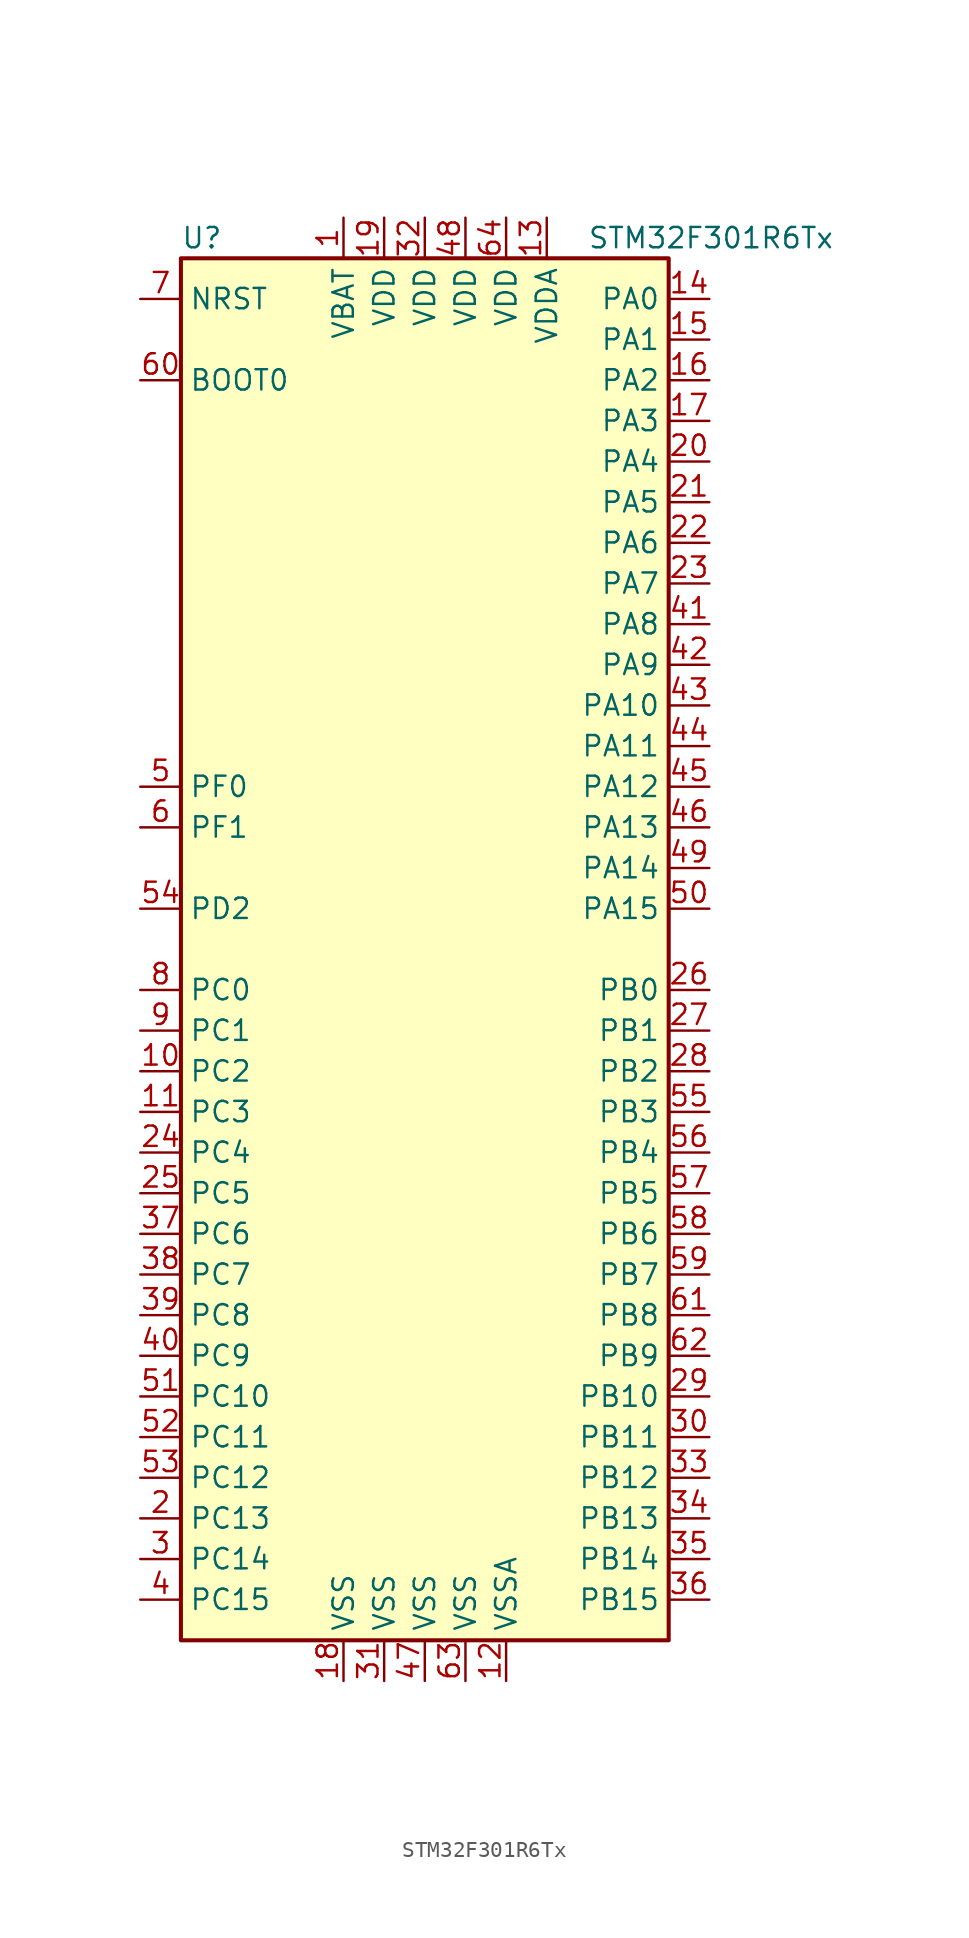
<source format=kicad_sym>
(kicad_symbol_lib
  (version 20211014)
  (generator kicad_symbol_editor)
  (symbol "STM32F301R6Tx"
    (property "Reference" "U"
      (at -15.24 44.45 0)
      (effects (font (size 1.27 1.27)) (justify left)))
    (property "Value" "STM32F301R6Tx"
      (at 10.16 44.45 0)
      (effects (font (size 1.27 1.27)) (justify left)))
    (symbol "STM32F301R6Tx_0_1"
      (rectangle (start -15.24 -43.18) (end 15.24 43.18) (stroke (width 0.254) (type default) (color 0 0 0 0)) (fill (type background))))
    (symbol "STM32F301R6Tx_1_1"
      (pin power_in line (at -5.08 45.72 270) (length 2.54) (name "VBAT" (effects (font (size 1.27 1.27)))) (number "1" (effects (font (size 1.27 1.27)))))
      (pin bidirectional line (at -17.78 -7.62 0) (length 2.54) (name "PC2" (effects (font (size 1.27 1.27)))) (number "10" (effects (font (size 1.27 1.27)))))
      (pin bidirectional line (at -17.78 -10.16 0) (length 2.54) (name "PC3" (effects (font (size 1.27 1.27)))) (number "11" (effects (font (size 1.27 1.27)))))
      (pin power_in line (at 5.08 -45.72 90) (length 2.54) (name "VSSA" (effects (font (size 1.27 1.27)))) (number "12" (effects (font (size 1.27 1.27)))))
      (pin power_in line (at 7.62 45.72 270) (length 2.54) (name "VDDA" (effects (font (size 1.27 1.27)))) (number "13" (effects (font (size 1.27 1.27)))))
      (pin bidirectional line (at 17.78 40.64 180) (length 2.54) (name "PA0" (effects (font (size 1.27 1.27)))) (number "14" (effects (font (size 1.27 1.27)))))
      (pin bidirectional line (at 17.78 38.1 180) (length 2.54) (name "PA1" (effects (font (size 1.27 1.27)))) (number "15" (effects (font (size 1.27 1.27)))))
      (pin bidirectional line (at 17.78 35.56 180) (length 2.54) (name "PA2" (effects (font (size 1.27 1.27)))) (number "16" (effects (font (size 1.27 1.27)))))
      (pin bidirectional line (at 17.78 33.02 180) (length 2.54) (name "PA3" (effects (font (size 1.27 1.27)))) (number "17" (effects (font (size 1.27 1.27)))))
      (pin power_in line (at -5.08 -45.72 90) (length 2.54) (name "VSS" (effects (font (size 1.27 1.27)))) (number "18" (effects (font (size 1.27 1.27)))))
      (pin power_in line (at -2.54 45.72 270) (length 2.54) (name "VDD" (effects (font (size 1.27 1.27)))) (number "19" (effects (font (size 1.27 1.27)))))
      (pin bidirectional line (at -17.78 -35.56 0) (length 2.54) (name "PC13" (effects (font (size 1.27 1.27)))) (number "2" (effects (font (size 1.27 1.27)))))
      (pin bidirectional line (at 17.78 30.48 180) (length 2.54) (name "PA4" (effects (font (size 1.27 1.27)))) (number "20" (effects (font (size 1.27 1.27)))))
      (pin bidirectional line (at 17.78 27.94 180) (length 2.54) (name "PA5" (effects (font (size 1.27 1.27)))) (number "21" (effects (font (size 1.27 1.27)))))
      (pin bidirectional line (at 17.78 25.4 180) (length 2.54) (name "PA6" (effects (font (size 1.27 1.27)))) (number "22" (effects (font (size 1.27 1.27)))))
      (pin bidirectional line (at 17.78 22.86 180) (length 2.54) (name "PA7" (effects (font (size 1.27 1.27)))) (number "23" (effects (font (size 1.27 1.27)))))
      (pin bidirectional line (at -17.78 -12.7 0) (length 2.54) (name "PC4" (effects (font (size 1.27 1.27)))) (number "24" (effects (font (size 1.27 1.27)))))
      (pin bidirectional line (at -17.78 -15.24 0) (length 2.54) (name "PC5" (effects (font (size 1.27 1.27)))) (number "25" (effects (font (size 1.27 1.27)))))
      (pin bidirectional line (at 17.78 -2.54 180) (length 2.54) (name "PB0" (effects (font (size 1.27 1.27)))) (number "26" (effects (font (size 1.27 1.27)))))
      (pin bidirectional line (at 17.78 -5.08 180) (length 2.54) (name "PB1" (effects (font (size 1.27 1.27)))) (number "27" (effects (font (size 1.27 1.27)))))
      (pin bidirectional line (at 17.78 -7.62 180) (length 2.54) (name "PB2" (effects (font (size 1.27 1.27)))) (number "28" (effects (font (size 1.27 1.27)))))
      (pin bidirectional line (at 17.78 -27.94 180) (length 2.54) (name "PB10" (effects (font (size 1.27 1.27)))) (number "29" (effects (font (size 1.27 1.27)))))
      (pin bidirectional line (at -17.78 -38.1 0) (length 2.54) (name "PC14" (effects (font (size 1.27 1.27)))) (number "3" (effects (font (size 1.27 1.27)))))
      (pin bidirectional line (at 17.78 -30.48 180) (length 2.54) (name "PB11" (effects (font (size 1.27 1.27)))) (number "30" (effects (font (size 1.27 1.27)))))
      (pin power_in line (at -2.54 -45.72 90) (length 2.54) (name "VSS" (effects (font (size 1.27 1.27)))) (number "31" (effects (font (size 1.27 1.27)))))
      (pin power_in line (at 0 45.72 270) (length 2.54) (name "VDD" (effects (font (size 1.27 1.27)))) (number "32" (effects (font (size 1.27 1.27)))))
      (pin bidirectional line (at 17.78 -33.02 180) (length 2.54) (name "PB12" (effects (font (size 1.27 1.27)))) (number "33" (effects (font (size 1.27 1.27)))))
      (pin bidirectional line (at 17.78 -35.56 180) (length 2.54) (name "PB13" (effects (font (size 1.27 1.27)))) (number "34" (effects (font (size 1.27 1.27)))))
      (pin bidirectional line (at 17.78 -38.1 180) (length 2.54) (name "PB14" (effects (font (size 1.27 1.27)))) (number "35" (effects (font (size 1.27 1.27)))))
      (pin bidirectional line (at 17.78 -40.64 180) (length 2.54) (name "PB15" (effects (font (size 1.27 1.27)))) (number "36" (effects (font (size 1.27 1.27)))))
      (pin bidirectional line (at -17.78 -17.78 0) (length 2.54) (name "PC6" (effects (font (size 1.27 1.27)))) (number "37" (effects (font (size 1.27 1.27)))))
      (pin bidirectional line (at -17.78 -20.32 0) (length 2.54) (name "PC7" (effects (font (size 1.27 1.27)))) (number "38" (effects (font (size 1.27 1.27)))))
      (pin bidirectional line (at -17.78 -22.86 0) (length 2.54) (name "PC8" (effects (font (size 1.27 1.27)))) (number "39" (effects (font (size 1.27 1.27)))))
      (pin bidirectional line (at -17.78 -40.64 0) (length 2.54) (name "PC15" (effects (font (size 1.27 1.27)))) (number "4" (effects (font (size 1.27 1.27)))))
      (pin bidirectional line (at -17.78 -25.4 0) (length 2.54) (name "PC9" (effects (font (size 1.27 1.27)))) (number "40" (effects (font (size 1.27 1.27)))))
      (pin bidirectional line (at 17.78 20.32 180) (length 2.54) (name "PA8" (effects (font (size 1.27 1.27)))) (number "41" (effects (font (size 1.27 1.27)))))
      (pin bidirectional line (at 17.78 17.78 180) (length 2.54) (name "PA9" (effects (font (size 1.27 1.27)))) (number "42" (effects (font (size 1.27 1.27)))))
      (pin bidirectional line (at 17.78 15.24 180) (length 2.54) (name "PA10" (effects (font (size 1.27 1.27)))) (number "43" (effects (font (size 1.27 1.27)))))
      (pin bidirectional line (at 17.78 12.7 180) (length 2.54) (name "PA11" (effects (font (size 1.27 1.27)))) (number "44" (effects (font (size 1.27 1.27)))))
      (pin bidirectional line (at 17.78 10.16 180) (length 2.54) (name "PA12" (effects (font (size 1.27 1.27)))) (number "45" (effects (font (size 1.27 1.27)))))
      (pin bidirectional line (at 17.78 7.62 180) (length 2.54) (name "PA13" (effects (font (size 1.27 1.27)))) (number "46" (effects (font (size 1.27 1.27)))))
      (pin power_in line (at 0 -45.72 90) (length 2.54) (name "VSS" (effects (font (size 1.27 1.27)))) (number "47" (effects (font (size 1.27 1.27)))))
      (pin power_in line (at 2.54 45.72 270) (length 2.54) (name "VDD" (effects (font (size 1.27 1.27)))) (number "48" (effects (font (size 1.27 1.27)))))
      (pin bidirectional line (at 17.78 5.08 180) (length 2.54) (name "PA14" (effects (font (size 1.27 1.27)))) (number "49" (effects (font (size 1.27 1.27)))))
      (pin input line (at -17.78 10.16 0) (length 2.54) (name "PF0" (effects (font (size 1.27 1.27)))) (number "5" (effects (font (size 1.27 1.27)))))
      (pin bidirectional line (at 17.78 2.54 180) (length 2.54) (name "PA15" (effects (font (size 1.27 1.27)))) (number "50" (effects (font (size 1.27 1.27)))))
      (pin bidirectional line (at -17.78 -27.94 0) (length 2.54) (name "PC10" (effects (font (size 1.27 1.27)))) (number "51" (effects (font (size 1.27 1.27)))))
      (pin bidirectional line (at -17.78 -30.48 0) (length 2.54) (name "PC11" (effects (font (size 1.27 1.27)))) (number "52" (effects (font (size 1.27 1.27)))))
      (pin bidirectional line (at -17.78 -33.02 0) (length 2.54) (name "PC12" (effects (font (size 1.27 1.27)))) (number "53" (effects (font (size 1.27 1.27)))))
      (pin bidirectional line (at -17.78 2.54 0) (length 2.54) (name "PD2" (effects (font (size 1.27 1.27)))) (number "54" (effects (font (size 1.27 1.27)))))
      (pin bidirectional line (at 17.78 -10.16 180) (length 2.54) (name "PB3" (effects (font (size 1.27 1.27)))) (number "55" (effects (font (size 1.27 1.27)))))
      (pin bidirectional line (at 17.78 -12.7 180) (length 2.54) (name "PB4" (effects (font (size 1.27 1.27)))) (number "56" (effects (font (size 1.27 1.27)))))
      (pin bidirectional line (at 17.78 -15.24 180) (length 2.54) (name "PB5" (effects (font (size 1.27 1.27)))) (number "57" (effects (font (size 1.27 1.27)))))
      (pin bidirectional line (at 17.78 -17.78 180) (length 2.54) (name "PB6" (effects (font (size 1.27 1.27)))) (number "58" (effects (font (size 1.27 1.27)))))
      (pin bidirectional line (at 17.78 -20.32 180) (length 2.54) (name "PB7" (effects (font (size 1.27 1.27)))) (number "59" (effects (font (size 1.27 1.27)))))
      (pin input line (at -17.78 7.62 0) (length 2.54) (name "PF1" (effects (font (size 1.27 1.27)))) (number "6" (effects (font (size 1.27 1.27)))))
      (pin input line (at -17.78 35.56 0) (length 2.54) (name "BOOT0" (effects (font (size 1.27 1.27)))) (number "60" (effects (font (size 1.27 1.27)))))
      (pin bidirectional line (at 17.78 -22.86 180) (length 2.54) (name "PB8" (effects (font (size 1.27 1.27)))) (number "61" (effects (font (size 1.27 1.27)))))
      (pin bidirectional line (at 17.78 -25.4 180) (length 2.54) (name "PB9" (effects (font (size 1.27 1.27)))) (number "62" (effects (font (size 1.27 1.27)))))
      (pin power_in line (at 2.54 -45.72 90) (length 2.54) (name "VSS" (effects (font (size 1.27 1.27)))) (number "63" (effects (font (size 1.27 1.27)))))
      (pin power_in line (at 5.08 45.72 270) (length 2.54) (name "VDD" (effects (font (size 1.27 1.27)))) (number "64" (effects (font (size 1.27 1.27)))))
      (pin input line (at -17.78 40.64 0) (length 2.54) (name "NRST" (effects (font (size 1.27 1.27)))) (number "7" (effects (font (size 1.27 1.27)))))
      (pin bidirectional line (at -17.78 -2.54 0) (length 2.54) (name "PC0" (effects (font (size 1.27 1.27)))) (number "8" (effects (font (size 1.27 1.27)))))
      (pin bidirectional line (at -17.78 -5.08 0) (length 2.54) (name "PC1" (effects (font (size 1.27 1.27)))) (number "9" (effects (font (size 1.27 1.27))))))))
</source>
